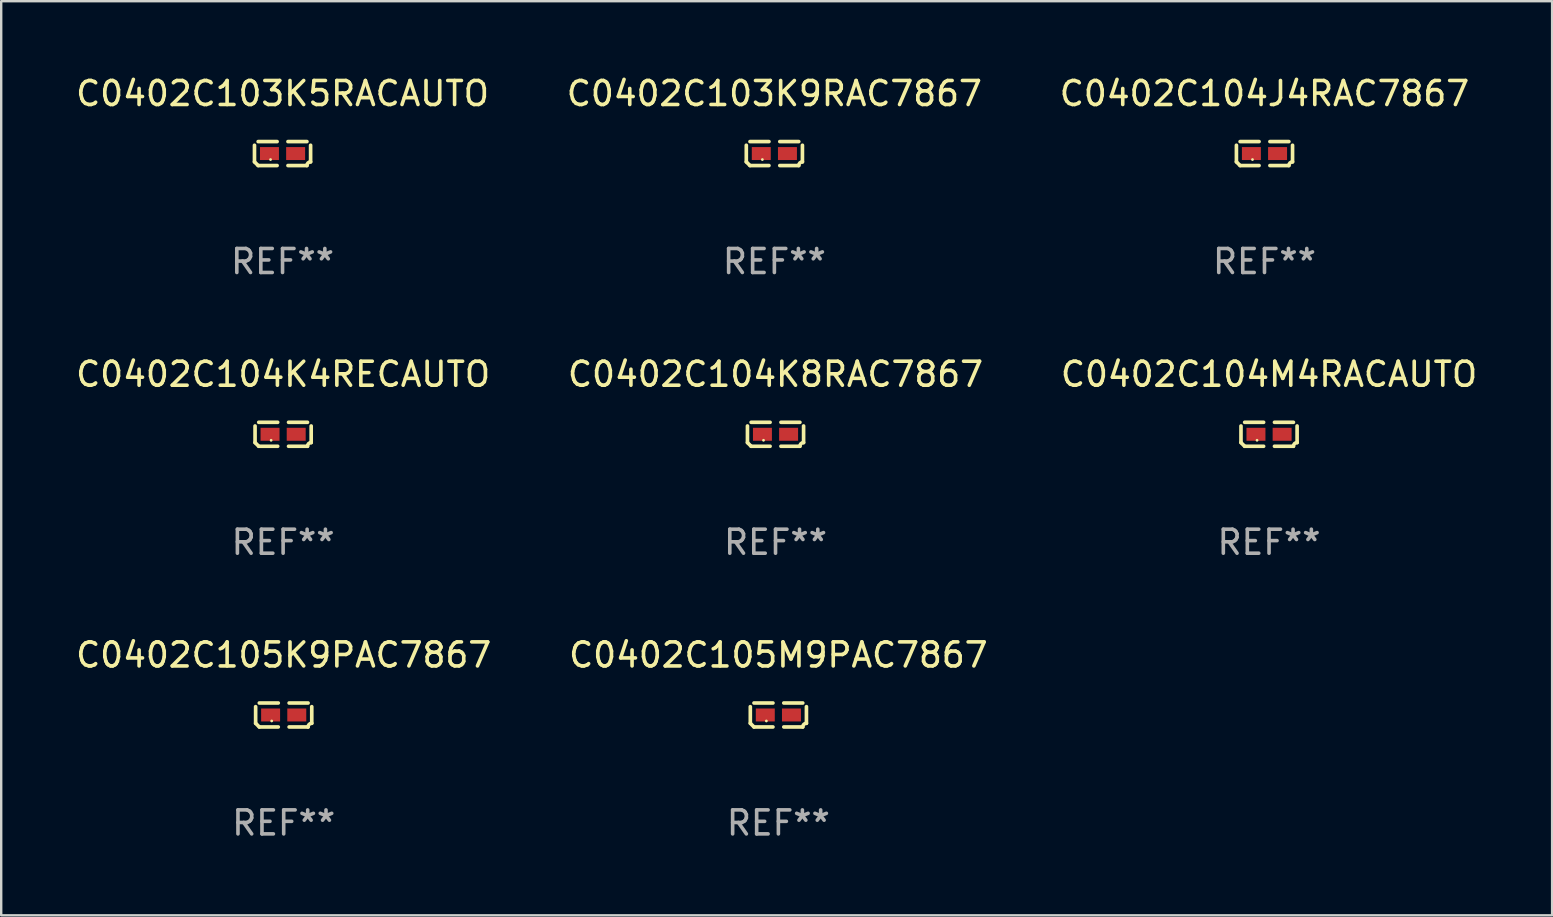
<source format=kicad_pcb>
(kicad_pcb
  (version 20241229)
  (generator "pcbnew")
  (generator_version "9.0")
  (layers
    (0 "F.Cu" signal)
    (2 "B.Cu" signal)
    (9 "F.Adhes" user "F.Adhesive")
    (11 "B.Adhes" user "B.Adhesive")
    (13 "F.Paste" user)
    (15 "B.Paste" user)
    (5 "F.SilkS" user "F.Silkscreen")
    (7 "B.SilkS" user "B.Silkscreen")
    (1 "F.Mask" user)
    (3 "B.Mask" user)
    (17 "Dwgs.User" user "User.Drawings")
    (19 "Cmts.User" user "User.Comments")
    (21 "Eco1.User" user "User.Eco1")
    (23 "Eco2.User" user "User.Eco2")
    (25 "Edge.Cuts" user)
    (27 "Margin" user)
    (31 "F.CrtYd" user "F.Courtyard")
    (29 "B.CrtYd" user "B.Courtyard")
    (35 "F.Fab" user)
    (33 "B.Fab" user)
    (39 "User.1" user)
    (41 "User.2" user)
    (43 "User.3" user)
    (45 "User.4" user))
  (footprint "C0402C105M9PAC7867"
    (layer "F.Cu")
    (at 29.375 26.734)
    (property "Reference" "C0402C105M9PAC7867" (at 0 -2.499 0) (layer "F.SilkS") (effects (font (size 1 1) (thickness 0.15))))
    (attr through_hole)
    (fp_line (start -1.169 0.346) (end -1.169 -0.346) (stroke (width 0.152) (type solid)) (layer "F.SilkS"))
    (fp_line (start -1.016 -0.499) (end -0.226 -0.499) (stroke (width 0.152) (type solid)) (layer "F.SilkS"))
    (fp_line (start -0.226 0.499) (end -1.016 0.499) (stroke (width 0.152) (type solid)) (layer "F.SilkS"))
    (fp_line (start 0.226 0.499) (end 1.016 0.499) (stroke (width 0.152) (type solid)) (layer "F.SilkS"))
    (fp_line (start 1.016 -0.499) (end 0.226 -0.499) (stroke (width 0.152) (type solid)) (layer "F.SilkS"))
    (fp_line (start 1.169 0.346) (end 1.169 -0.346) (stroke (width 0.152) (type solid)) (layer "F.SilkS"))
    (fp_arc (start -1.016307 0.498603) (mid -1.092512 0.422405) (end -1.16871 0.3462) (stroke (width 0.1524) (type solid)) (layer "F.SilkS"))
    (fp_arc (start 1.016307 0.498603) (mid 1.060899 0.390758) (end 1.168707 0.346076) (stroke (width 0.1524) (type solid)) (layer "F.SilkS"))
    (fp_circle (center -0.5 0.25) (end -0.47 0.25) (stroke (width 0.06) (type solid)) (fill no) (layer "F.SilkS"))
    (fp_text user "REF**" (at 0 4.499 0) (layer "F.Fab") (effects (font (size 1 1) (thickness 0.15))))
    (pad "1" smd rect (at -0.545 0) (size 0.79 0.54) (layers "F.Cu" "F.Mask" "F.Paste"))
    (pad "2" smd rect (at 0.545 0) (size 0.79 0.54) (layers "F.Cu" "F.Mask" "F.Paste")))
  (footprint "C0402C104M4RACAUTO"
    (layer "F.Cu")
    (at 49.815 15.041)
    (property "Reference" "C0402C104M4RACAUTO" (at 0 -2.499 0) (layer "F.SilkS") (effects (font (size 1 1) (thickness 0.15))))
    (attr through_hole)
    (fp_line (start -1.169 0.346) (end -1.169 -0.346) (stroke (width 0.152) (type solid)) (layer "F.SilkS"))
    (fp_line (start -1.016 -0.499) (end -0.226 -0.499) (stroke (width 0.152) (type solid)) (layer "F.SilkS"))
    (fp_line (start -0.226 0.499) (end -1.016 0.499) (stroke (width 0.152) (type solid)) (layer "F.SilkS"))
    (fp_line (start 0.226 0.499) (end 1.016 0.499) (stroke (width 0.152) (type solid)) (layer "F.SilkS"))
    (fp_line (start 1.016 -0.499) (end 0.226 -0.499) (stroke (width 0.152) (type solid)) (layer "F.SilkS"))
    (fp_line (start 1.169 0.346) (end 1.169 -0.346) (stroke (width 0.152) (type solid)) (layer "F.SilkS"))
    (fp_arc (start -1.016307 0.498603) (mid -1.092512 0.422405) (end -1.16871 0.3462) (stroke (width 0.1524) (type solid)) (layer "F.SilkS"))
    (fp_arc (start 1.016307 0.498603) (mid 1.060899 0.390758) (end 1.168707 0.346076) (stroke (width 0.1524) (type solid)) (layer "F.SilkS"))
    (fp_circle (center -0.5 0.25) (end -0.47 0.25) (stroke (width 0.06) (type solid)) (fill no) (layer "F.SilkS"))
    (fp_text user "REF**" (at 0 4.499 0) (layer "F.Fab") (effects (font (size 1 1) (thickness 0.15))))
    (pad "1" smd rect (at -0.545 0) (size 0.79 0.54) (layers "F.Cu" "F.Mask" "F.Paste"))
    (pad "2" smd rect (at 0.545 0) (size 0.79 0.54) (layers "F.Cu" "F.Mask" "F.Paste")))
  (footprint "C0402C104J4RAC7867"
    (layer "F.Cu")
    (at 49.625 3.347)
    (property "Reference" "C0402C104J4RAC7867" (at 0 -2.499 0) (layer "F.SilkS") (effects (font (size 1 1) (thickness 0.15))))
    (attr through_hole)
    (fp_line (start -1.169 0.346) (end -1.169 -0.346) (stroke (width 0.152) (type solid)) (layer "F.SilkS"))
    (fp_line (start -1.016 -0.499) (end -0.226 -0.499) (stroke (width 0.152) (type solid)) (layer "F.SilkS"))
    (fp_line (start -0.226 0.499) (end -1.016 0.499) (stroke (width 0.152) (type solid)) (layer "F.SilkS"))
    (fp_line (start 0.226 0.499) (end 1.016 0.499) (stroke (width 0.152) (type solid)) (layer "F.SilkS"))
    (fp_line (start 1.016 -0.499) (end 0.226 -0.499) (stroke (width 0.152) (type solid)) (layer "F.SilkS"))
    (fp_line (start 1.169 0.346) (end 1.169 -0.346) (stroke (width 0.152) (type solid)) (layer "F.SilkS"))
    (fp_arc (start -1.016307 0.498603) (mid -1.092512 0.422405) (end -1.16871 0.3462) (stroke (width 0.1524) (type solid)) (layer "F.SilkS"))
    (fp_arc (start 1.016307 0.498603) (mid 1.060899 0.390758) (end 1.168707 0.346076) (stroke (width 0.1524) (type solid)) (layer "F.SilkS"))
    (fp_circle (center -0.5 0.25) (end -0.47 0.25) (stroke (width 0.06) (type solid)) (fill no) (layer "F.SilkS"))
    (fp_text user "REF**" (at 0 4.499 0) (layer "F.Fab") (effects (font (size 1 1) (thickness 0.15))))
    (pad "1" smd rect (at -0.545 0) (size 0.79 0.54) (layers "F.Cu" "F.Mask" "F.Paste"))
    (pad "2" smd rect (at 0.545 0) (size 0.79 0.54) (layers "F.Cu" "F.Mask" "F.Paste")))
  (footprint "C0402C104K8RAC7867"
    (layer "F.Cu")
    (at 29.256 15.041)
    (property "Reference" "C0402C104K8RAC7867" (at 0 -2.499 0) (layer "F.SilkS") (effects (font (size 1 1) (thickness 0.15))))
    (attr through_hole)
    (fp_line (start -1.169 0.346) (end -1.169 -0.346) (stroke (width 0.152) (type solid)) (layer "F.SilkS"))
    (fp_line (start -1.016 -0.499) (end -0.226 -0.499) (stroke (width 0.152) (type solid)) (layer "F.SilkS"))
    (fp_line (start -0.226 0.499) (end -1.016 0.499) (stroke (width 0.152) (type solid)) (layer "F.SilkS"))
    (fp_line (start 0.226 0.499) (end 1.016 0.499) (stroke (width 0.152) (type solid)) (layer "F.SilkS"))
    (fp_line (start 1.016 -0.499) (end 0.226 -0.499) (stroke (width 0.152) (type solid)) (layer "F.SilkS"))
    (fp_line (start 1.169 0.346) (end 1.169 -0.346) (stroke (width 0.152) (type solid)) (layer "F.SilkS"))
    (fp_arc (start -1.016307 0.498603) (mid -1.092512 0.422405) (end -1.16871 0.3462) (stroke (width 0.1524) (type solid)) (layer "F.SilkS"))
    (fp_arc (start 1.016307 0.498603) (mid 1.060899 0.390758) (end 1.168707 0.346076) (stroke (width 0.1524) (type solid)) (layer "F.SilkS"))
    (fp_circle (center -0.5 0.25) (end -0.47 0.25) (stroke (width 0.06) (type solid)) (fill no) (layer "F.SilkS"))
    (fp_text user "REF**" (at 0 4.499 0) (layer "F.Fab") (effects (font (size 1 1) (thickness 0.15))))
    (pad "1" smd rect (at -0.545 0) (size 0.79 0.54) (layers "F.Cu" "F.Mask" "F.Paste"))
    (pad "2" smd rect (at 0.545 0) (size 0.79 0.54) (layers "F.Cu" "F.Mask" "F.Paste")))
  (footprint "C0402C103K9RAC7867"
    (layer "F.Cu")
    (at 29.208 3.347)
    (property "Reference" "C0402C103K9RAC7867" (at 0 -2.499 0) (layer "F.SilkS") (effects (font (size 1 1) (thickness 0.15))))
    (attr through_hole)
    (fp_line (start -1.169 0.346) (end -1.169 -0.346) (stroke (width 0.152) (type solid)) (layer "F.SilkS"))
    (fp_line (start -1.016 -0.499) (end -0.226 -0.499) (stroke (width 0.152) (type solid)) (layer "F.SilkS"))
    (fp_line (start -0.226 0.499) (end -1.016 0.499) (stroke (width 0.152) (type solid)) (layer "F.SilkS"))
    (fp_line (start 0.226 0.499) (end 1.016 0.499) (stroke (width 0.152) (type solid)) (layer "F.SilkS"))
    (fp_line (start 1.016 -0.499) (end 0.226 -0.499) (stroke (width 0.152) (type solid)) (layer "F.SilkS"))
    (fp_line (start 1.169 0.346) (end 1.169 -0.346) (stroke (width 0.152) (type solid)) (layer "F.SilkS"))
    (fp_arc (start -1.016307 0.498603) (mid -1.092512 0.422405) (end -1.16871 0.3462) (stroke (width 0.1524) (type solid)) (layer "F.SilkS"))
    (fp_arc (start 1.016307 0.498603) (mid 1.060899 0.390758) (end 1.168707 0.346076) (stroke (width 0.1524) (type solid)) (layer "F.SilkS"))
    (fp_circle (center -0.5 0.25) (end -0.47 0.25) (stroke (width 0.06) (type solid)) (fill no) (layer "F.SilkS"))
    (fp_text user "REF**" (at 0 4.499 0) (layer "F.Fab") (effects (font (size 1 1) (thickness 0.15))))
    (pad "1" smd rect (at -0.545 0) (size 0.79 0.54) (layers "F.Cu" "F.Mask" "F.Paste"))
    (pad "2" smd rect (at 0.545 0) (size 0.79 0.54) (layers "F.Cu" "F.Mask" "F.Paste")))
  (footprint "C0402C105K9PAC7867"
    (layer "F.Cu")
    (at 8.768 26.734)
    (property "Reference" "C0402C105K9PAC7867" (at 0 -2.499 0) (layer "F.SilkS") (effects (font (size 1 1) (thickness 0.15))))
    (attr through_hole)
    (fp_line (start -1.169 0.346) (end -1.169 -0.346) (stroke (width 0.152) (type solid)) (layer "F.SilkS"))
    (fp_line (start -1.016 -0.499) (end -0.226 -0.499) (stroke (width 0.152) (type solid)) (layer "F.SilkS"))
    (fp_line (start -0.226 0.499) (end -1.016 0.499) (stroke (width 0.152) (type solid)) (layer "F.SilkS"))
    (fp_line (start 0.226 0.499) (end 1.016 0.499) (stroke (width 0.152) (type solid)) (layer "F.SilkS"))
    (fp_line (start 1.016 -0.499) (end 0.226 -0.499) (stroke (width 0.152) (type solid)) (layer "F.SilkS"))
    (fp_line (start 1.169 0.346) (end 1.169 -0.346) (stroke (width 0.152) (type solid)) (layer "F.SilkS"))
    (fp_arc (start -1.016307 0.498603) (mid -1.092512 0.422405) (end -1.16871 0.3462) (stroke (width 0.1524) (type solid)) (layer "F.SilkS"))
    (fp_arc (start 1.016307 0.498603) (mid 1.060899 0.390758) (end 1.168707 0.346076) (stroke (width 0.1524) (type solid)) (layer "F.SilkS"))
    (fp_circle (center -0.5 0.25) (end -0.47 0.25) (stroke (width 0.06) (type solid)) (fill no) (layer "F.SilkS"))
    (fp_text user "REF**" (at 0 4.499 0) (layer "F.Fab") (effects (font (size 1 1) (thickness 0.15))))
    (pad "1" smd rect (at -0.545 0) (size 0.79 0.54) (layers "F.Cu" "F.Mask" "F.Paste"))
    (pad "2" smd rect (at 0.545 0) (size 0.79 0.54) (layers "F.Cu" "F.Mask" "F.Paste")))
  (footprint "C0402C104K4RECAUTO"
    (layer "F.Cu")
    (at 8.744 15.041)
    (property "Reference" "C0402C104K4RECAUTO" (at 0 -2.499 0) (layer "F.SilkS") (effects (font (size 1 1) (thickness 0.15))))
    (attr through_hole)
    (fp_line (start -1.169 0.346) (end -1.169 -0.346) (stroke (width 0.152) (type solid)) (layer "F.SilkS"))
    (fp_line (start -1.016 -0.499) (end -0.226 -0.499) (stroke (width 0.152) (type solid)) (layer "F.SilkS"))
    (fp_line (start -0.226 0.499) (end -1.016 0.499) (stroke (width 0.152) (type solid)) (layer "F.SilkS"))
    (fp_line (start 0.226 0.499) (end 1.016 0.499) (stroke (width 0.152) (type solid)) (layer "F.SilkS"))
    (fp_line (start 1.016 -0.499) (end 0.226 -0.499) (stroke (width 0.152) (type solid)) (layer "F.SilkS"))
    (fp_line (start 1.169 0.346) (end 1.169 -0.346) (stroke (width 0.152) (type solid)) (layer "F.SilkS"))
    (fp_arc (start -1.016307 0.498603) (mid -1.092512 0.422405) (end -1.16871 0.3462) (stroke (width 0.1524) (type solid)) (layer "F.SilkS"))
    (fp_arc (start 1.016307 0.498603) (mid 1.060899 0.390758) (end 1.168707 0.346076) (stroke (width 0.1524) (type solid)) (layer "F.SilkS"))
    (fp_circle (center -0.5 0.25) (end -0.47 0.25) (stroke (width 0.06) (type solid)) (fill no) (layer "F.SilkS"))
    (fp_text user "REF**" (at 0 4.499 0) (layer "F.Fab") (effects (font (size 1 1) (thickness 0.15))))
    (pad "1" smd rect (at -0.545 0) (size 0.79 0.54) (layers "F.Cu" "F.Mask" "F.Paste"))
    (pad "2" smd rect (at 0.545 0) (size 0.79 0.54) (layers "F.Cu" "F.Mask" "F.Paste")))
  (footprint "C0402C103K5RACAUTO"
    (layer "F.Cu")
    (at 8.72 3.347)
    (property "Reference" "C0402C103K5RACAUTO" (at 0 -2.499 0) (layer "F.SilkS") (effects (font (size 1 1) (thickness 0.15))))
    (attr through_hole)
    (fp_line (start -1.169 0.346) (end -1.169 -0.346) (stroke (width 0.152) (type solid)) (layer "F.SilkS"))
    (fp_line (start -1.016 -0.499) (end -0.226 -0.499) (stroke (width 0.152) (type solid)) (layer "F.SilkS"))
    (fp_line (start -0.226 0.499) (end -1.016 0.499) (stroke (width 0.152) (type solid)) (layer "F.SilkS"))
    (fp_line (start 0.226 0.499) (end 1.016 0.499) (stroke (width 0.152) (type solid)) (layer "F.SilkS"))
    (fp_line (start 1.016 -0.499) (end 0.226 -0.499) (stroke (width 0.152) (type solid)) (layer "F.SilkS"))
    (fp_line (start 1.169 0.346) (end 1.169 -0.346) (stroke (width 0.152) (type solid)) (layer "F.SilkS"))
    (fp_arc (start -1.016307 0.498603) (mid -1.092512 0.422405) (end -1.16871 0.3462) (stroke (width 0.1524) (type solid)) (layer "F.SilkS"))
    (fp_arc (start 1.016307 0.498603) (mid 1.060899 0.390758) (end 1.168707 0.346076) (stroke (width 0.1524) (type solid)) (layer "F.SilkS"))
    (fp_circle (center -0.5 0.25) (end -0.47 0.25) (stroke (width 0.06) (type solid)) (fill no) (layer "F.SilkS"))
    (fp_text user "REF**" (at 0 4.499 0) (layer "F.Fab") (effects (font (size 1 1) (thickness 0.15))))
    (pad "1" smd rect (at -0.545 0) (size 0.79 0.54) (layers "F.Cu" "F.Mask" "F.Paste"))
    (pad "2" smd rect (at 0.545 0) (size 0.79 0.54) (layers "F.Cu" "F.Mask" "F.Paste")))
  (gr_rect
    (start -3 -3)
    (end 61.607 35.081)
    (stroke (width 0.1) (type default))
    (fill no)
    (layer "Edge.Cuts")))
</source>
